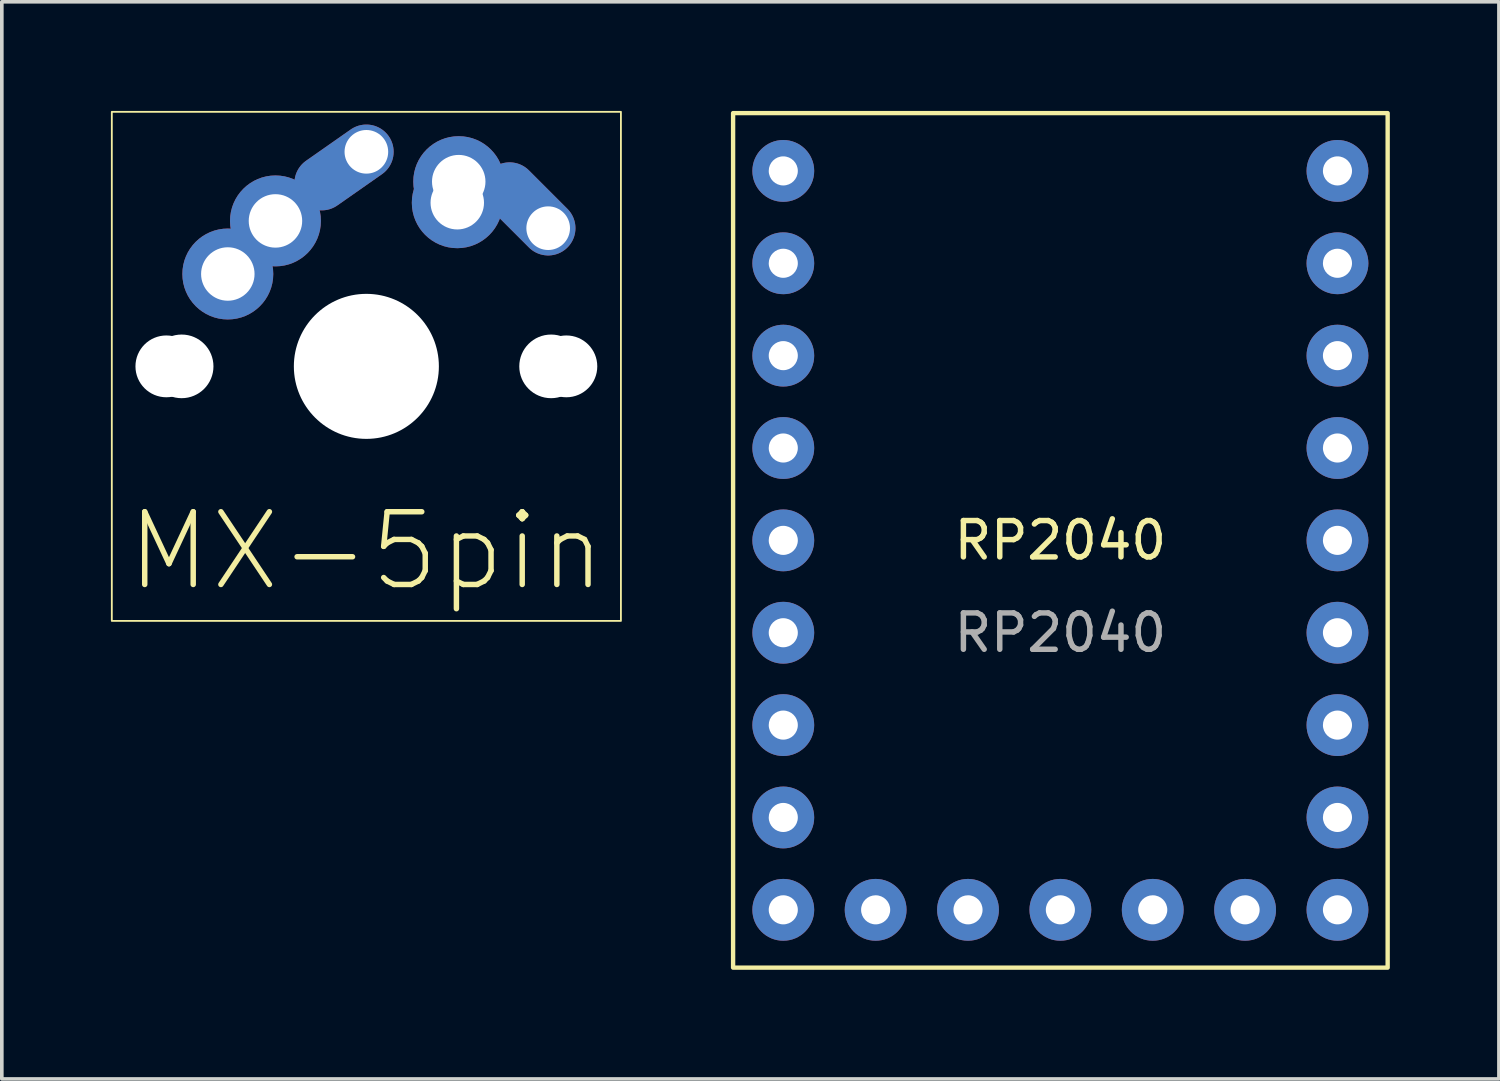
<source format=kicad_pcb>
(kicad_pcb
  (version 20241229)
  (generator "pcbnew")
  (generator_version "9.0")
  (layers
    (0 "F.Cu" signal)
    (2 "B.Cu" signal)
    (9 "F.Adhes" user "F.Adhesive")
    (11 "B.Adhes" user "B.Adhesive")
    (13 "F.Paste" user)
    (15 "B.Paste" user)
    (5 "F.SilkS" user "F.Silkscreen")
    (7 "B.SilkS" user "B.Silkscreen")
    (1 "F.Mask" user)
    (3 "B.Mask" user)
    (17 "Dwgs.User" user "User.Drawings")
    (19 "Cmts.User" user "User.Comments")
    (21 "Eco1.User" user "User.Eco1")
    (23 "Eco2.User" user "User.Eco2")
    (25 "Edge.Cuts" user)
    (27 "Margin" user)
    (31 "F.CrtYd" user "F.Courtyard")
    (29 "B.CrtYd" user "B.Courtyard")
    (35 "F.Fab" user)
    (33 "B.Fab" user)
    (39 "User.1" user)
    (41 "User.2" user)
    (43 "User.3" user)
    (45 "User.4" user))
  (footprint "RP2040"
    (layer "F.Cu")
    (at 26.11 11.81)
    (property "Reference" "RP2040" (at 0 0 0) (unlocked yes) (layer "F.SilkS") (effects (font (size 1 1) (thickness 0.15))))
    (attr through_hole)
    (fp_rect (start -9 -11.75) (end 9 11.75) (stroke (width 0.12) (type solid)) (fill no) (layer "F.SilkS"))
    (fp_text user "${REFERENCE}" (at 0 2.54 0) (unlocked yes) (layer "F.Fab") (effects (font (size 1 1) (thickness 0.15))))
    (pad "0" thru_hole circle (at 7.62 -10.16) (size 1.7 1.7) (drill 0.8) (layers "*.Cu" "*.Mask"))
    (pad "1" thru_hole circle (at 7.62 -7.62) (size 1.7 1.7) (drill 0.8) (layers "*.Cu" "*.Mask"))
    (pad "2" thru_hole circle (at 7.62 -5.08) (size 1.7 1.7) (drill 0.8) (layers "*.Cu" "*.Mask"))
    (pad "3" thru_hole circle (at 7.62 -2.54) (size 1.7 1.7) (drill 0.8) (layers "*.Cu" "*.Mask"))
    (pad "4" thru_hole circle (at 7.62 0) (size 1.7 1.7) (drill 0.8) (layers "*.Cu" "*.Mask"))
    (pad "5" thru_hole circle (at 7.62 2.54) (size 1.7 1.7) (drill 0.8) (layers "*.Cu" "*.Mask"))
    (pad "6" thru_hole circle (at 7.62 5.08) (size 1.7 1.7) (drill 0.8) (layers "*.Cu" "*.Mask"))
    (pad "7" thru_hole circle (at 7.62 7.62) (size 1.7 1.7) (drill 0.8) (layers "*.Cu" "*.Mask"))
    (pad "8" thru_hole circle (at 7.62 10.16) (size 1.7 1.7) (drill 0.8) (layers "*.Cu" "*.Mask"))
    (pad "9" thru_hole circle (at 5.08 10.16) (size 1.7 1.7) (drill 0.8) (layers "*.Cu" "*.Mask"))
    (pad "10" thru_hole circle (at 2.54 10.16) (size 1.7 1.7) (drill 0.8) (layers "*.Cu" "*.Mask"))
    (pad "11" thru_hole circle (at 0 10.16) (size 1.7 1.7) (drill 0.8) (layers "*.Cu" "*.Mask"))
    (pad "12" thru_hole circle (at -2.54 10.16) (size 1.7 1.7) (drill 0.8) (layers "*.Cu" "*.Mask"))
    (pad "13" thru_hole circle (at -5.08 10.16) (size 1.7 1.7) (drill 0.8) (layers "*.Cu" "*.Mask"))
    (pad "14" thru_hole circle (at -7.62 10.16) (size 1.7 1.7) (drill 0.8) (layers "*.Cu" "*.Mask"))
    (pad "15" thru_hole circle (at -7.62 7.62) (size 1.7 1.7) (drill 0.8) (layers "*.Cu" "*.Mask"))
    (pad "16" thru_hole circle (at -7.62 5.08) (size 1.7 1.7) (drill 0.8) (layers "*.Cu" "*.Mask"))
    (pad "17" thru_hole circle (at -7.62 2.54) (size 1.7 1.7) (drill 0.8) (layers "*.Cu" "*.Mask"))
    (pad "18" thru_hole circle (at -7.62 0) (size 1.7 1.7) (drill 0.8) (layers "*.Cu" "*.Mask"))
    (pad "19" thru_hole circle (at -7.62 -2.54) (size 1.7 1.7) (drill 0.8) (layers "*.Cu" "*.Mask"))
    (pad "20" thru_hole circle (at -7.62 -5.08) (size 1.7 1.7) (drill 0.8) (layers "*.Cu" "*.Mask"))
    (pad "21" thru_hole circle (at -7.62 -7.62) (size 1.7 1.7) (drill 0.8) (layers "*.Cu" "*.Mask"))
    (pad "22" thru_hole circle (at -7.62 -10.16) (size 1.7 1.7) (drill 0.8) (layers "*.Cu" "*.Mask")))
  (footprint "MX-5pin"
    (layer "F.Cu")
    (at 7.025 7.025)
    (property "Reference" "MX-5pin" (at 0 5.08 0) (unlocked yes) (layer "F.SilkS") (effects (font (size 2 2) (thickness 0.15))))
    (attr through_hole)
    (fp_rect (start -7 -7) (end 7 7) (stroke (width 0.05) (type solid)) (fill no) (layer "F.SilkS"))
    (pad "" np_thru_hole circle (at -5.5 0 48.1) (size 1.7 1.7) (drill 1.7) (layers "*.Cu" "*.Mask"))
    (pad "" np_thru_hole circle (at -5.08 0 48.1) (size 1.75 1.75) (drill 1.75) (layers "*.Cu" "*.Mask"))
    (pad "" np_thru_hole circle (at 0 0) (size 3.988 3.988) (drill 3.988) (layers "*.Cu" "*.Mask"))
    (pad "" np_thru_hole circle (at 5.08 0 48.1) (size 1.75 1.75) (drill 1.75) (layers "*.Cu" "*.Mask"))
    (pad "" np_thru_hole circle (at 5.5 0 48.1) (size 1.7 1.7) (drill 1.7) (layers "*.Cu" "*.Mask"))
    (pad "1" thru_hole circle (at -3.81 -2.54) (size 2.5 2.5) (drill 1.47) (layers "*.Cu" "*.Mask"))
    (pad "1" thru_hole circle (at -2.5 -4) (size 2.5 2.5) (drill 1.47) (layers "*.Cu" "*.Mask"))
    (pad "1" thru_hole oval (at 0 -5.9 35) (size 3 1.5) (drill 1.2 (offset -0.75 0)) (layers "*.Cu" "*.Mask"))
    (pad "2" thru_hole circle (at 2.5 -4.5) (size 2.5 2.5) (drill 1.47) (layers "*.Cu" "*.Mask"))
    (pad "2" thru_hole circle (at 2.54 -5.08) (size 2.5 2.5) (drill 1.47) (layers "*.Cu" "*.Mask"))
    (pad "2" thru_hole oval (at 5 -3.8 315) (size 3 1.5) (drill 1.2 (offset -0.75 0)) (layers "*.Cu" "*.Mask")))
  (gr_rect
    (start -3 -3)
    (end 38.17 26.62)
    (stroke (width 0.1) (type default))
    (fill no)
    (layer "Edge.Cuts")))
</source>
